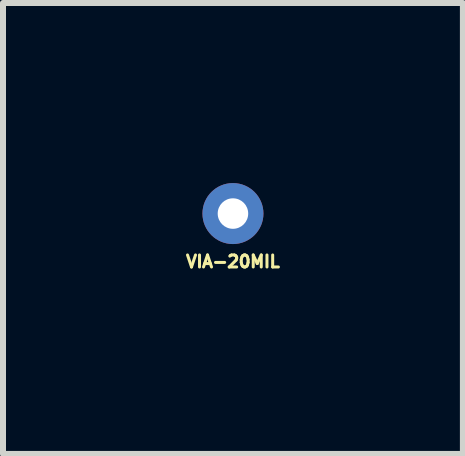
<source format=kicad_pcb>
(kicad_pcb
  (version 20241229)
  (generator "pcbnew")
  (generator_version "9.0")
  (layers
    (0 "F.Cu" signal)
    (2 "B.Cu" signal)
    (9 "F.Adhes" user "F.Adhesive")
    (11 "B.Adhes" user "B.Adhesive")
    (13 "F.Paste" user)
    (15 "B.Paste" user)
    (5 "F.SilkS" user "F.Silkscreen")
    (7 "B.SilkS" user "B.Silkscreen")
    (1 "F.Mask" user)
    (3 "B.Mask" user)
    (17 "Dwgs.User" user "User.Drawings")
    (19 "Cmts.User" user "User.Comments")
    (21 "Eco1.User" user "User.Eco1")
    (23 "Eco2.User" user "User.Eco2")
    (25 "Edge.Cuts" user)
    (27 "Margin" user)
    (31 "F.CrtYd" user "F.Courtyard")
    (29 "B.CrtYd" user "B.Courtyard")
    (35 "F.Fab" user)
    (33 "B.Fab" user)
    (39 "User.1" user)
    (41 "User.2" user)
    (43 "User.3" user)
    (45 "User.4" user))
  (footprint "VIA-20MIL"
    (layer "F.Cu")
    (at 0.831 0.508)
    (property "Reference" "VIA-20MIL" (at 0 0.8 0) (layer "F.SilkS") (effects (font (size 0.2 0.2) (thickness 0.05))))
    (attr through_hole)
    (pad "1" thru_hole circle (at 0 0) (size 1.016 1.016) (drill 0.508) (layers "*.Cu")))
  (gr_rect
    (start -3 -3)
    (end 4.662 4.513)
    (stroke (width 0.1) (type default))
    (fill no)
    (layer "Edge.Cuts")))
</source>
